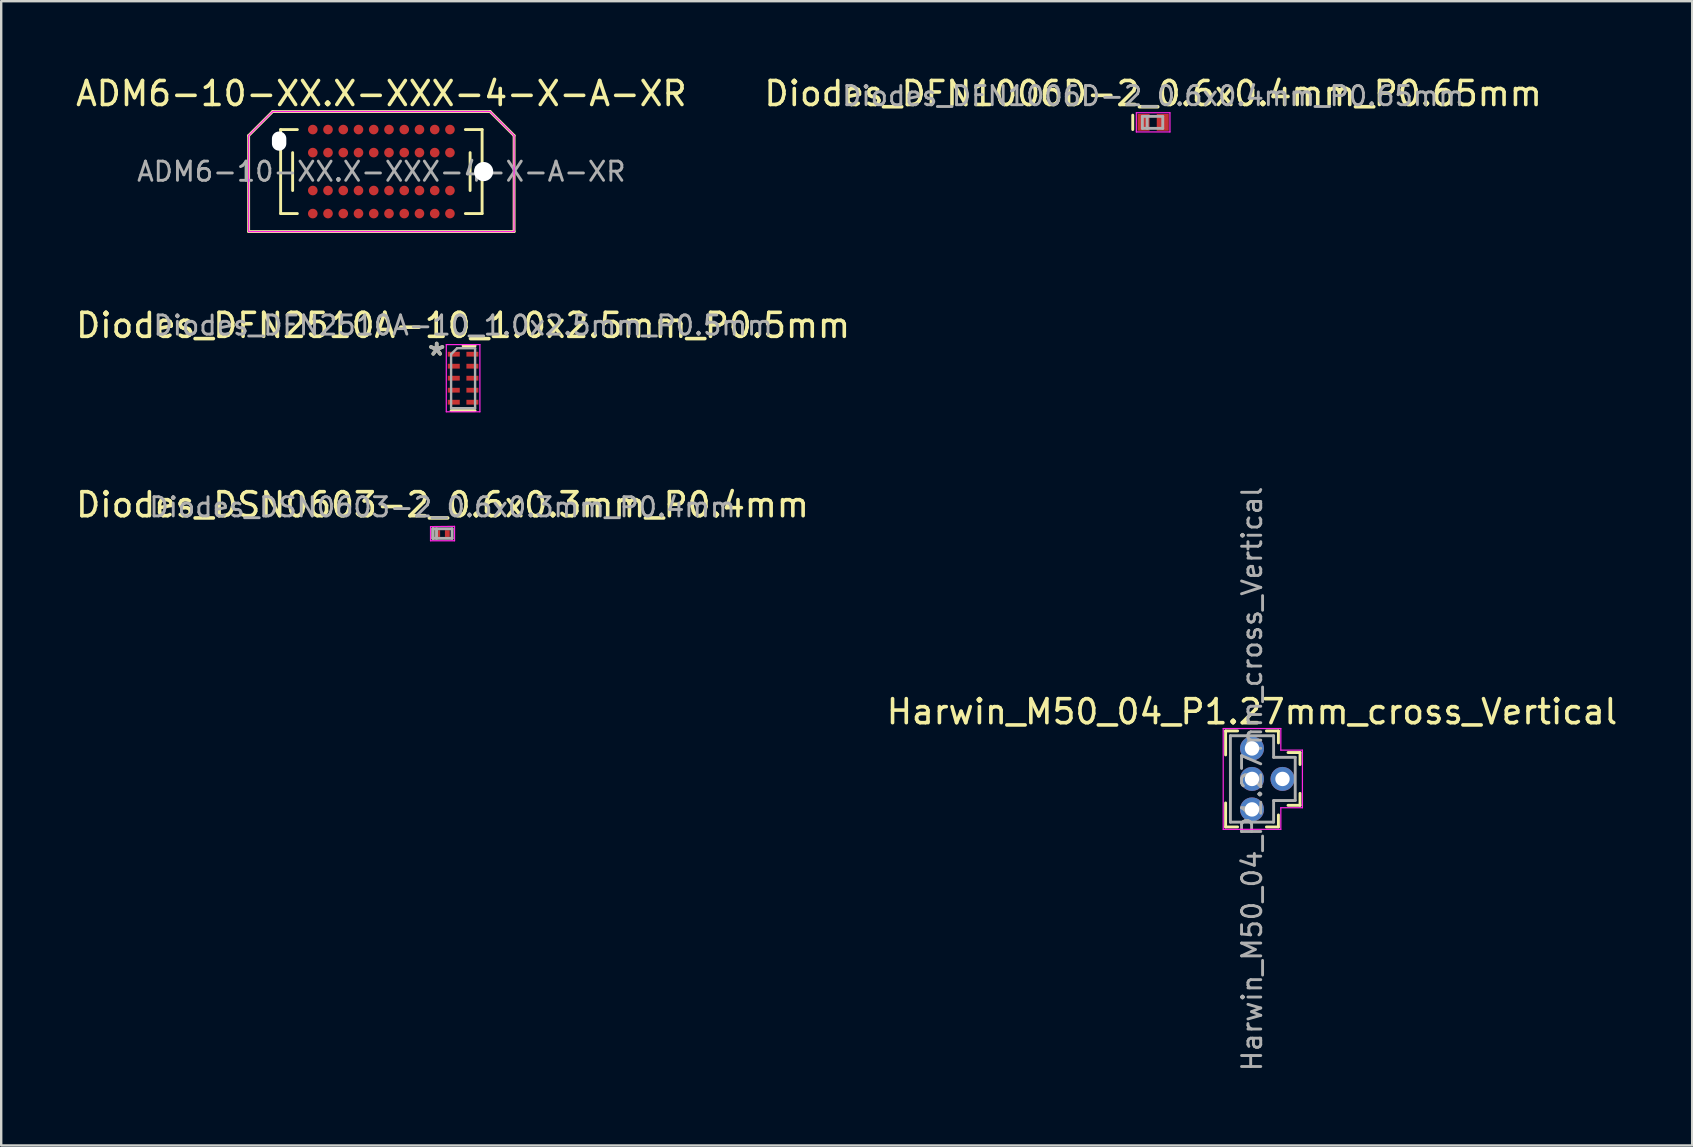
<source format=kicad_pcb>
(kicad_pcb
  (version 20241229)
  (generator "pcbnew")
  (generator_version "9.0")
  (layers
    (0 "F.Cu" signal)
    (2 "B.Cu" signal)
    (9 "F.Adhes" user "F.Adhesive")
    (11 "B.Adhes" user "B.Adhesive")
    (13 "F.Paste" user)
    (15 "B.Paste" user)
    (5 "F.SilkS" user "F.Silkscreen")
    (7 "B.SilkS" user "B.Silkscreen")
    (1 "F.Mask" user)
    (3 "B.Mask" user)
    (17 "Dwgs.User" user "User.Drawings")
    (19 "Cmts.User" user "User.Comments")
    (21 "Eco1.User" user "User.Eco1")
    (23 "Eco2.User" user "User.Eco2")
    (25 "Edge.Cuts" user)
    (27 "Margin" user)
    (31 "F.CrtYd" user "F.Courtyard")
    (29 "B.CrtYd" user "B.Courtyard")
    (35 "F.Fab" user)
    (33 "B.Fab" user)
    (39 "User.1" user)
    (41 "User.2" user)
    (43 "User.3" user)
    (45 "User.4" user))
  (footprint "Diodes_DSN0603-2_0.6x0.3mm_P0.4mm"
    (layer "F.Cu")
    (at 15.387 19.18)
    (property "Reference" "Diodes_DSN0603-2_0.6x0.3mm_P0.4mm" (at 0 -1.2 0) (layer "F.SilkS") (effects (font (size 1 1) (thickness 0.15))))
    (attr smd)
    (fp_line (start -0.4 -0.2) (end -0.4 0.2) (stroke (width 0.12) (type solid)) (layer "F.SilkS"))
    (fp_line (start -0.5 -0.29) (end -0.5 0.3) (stroke (width 0.05) (type solid)) (layer "F.CrtYd"))
    (fp_line (start -0.5 0.3) (end 0.5 0.3) (stroke (width 0.05) (type solid)) (layer "F.CrtYd"))
    (fp_line (start 0.5 -0.3) (end -0.5 -0.29) (stroke (width 0.05) (type solid)) (layer "F.CrtYd"))
    (fp_line (start 0.5 0.3) (end 0.5 -0.3) (stroke (width 0.05) (type solid)) (layer "F.CrtYd"))
    (fp_line (start -0.4 -0.2) (end 0.4 -0.2) (stroke (width 0.12) (type solid)) (layer "F.Fab"))
    (fp_line (start -0.4 0.2) (end -0.4 -0.2) (stroke (width 0.12) (type solid)) (layer "F.Fab"))
    (fp_line (start -0.25 0.2) (end -0.25 -0.2) (stroke (width 0.12) (type solid)) (layer "F.Fab"))
    (fp_line (start 0.4 -0.2) (end 0.4 0.2) (stroke (width 0.12) (type solid)) (layer "F.Fab"))
    (fp_line (start 0.4 0.2) (end -0.4 0.2) (stroke (width 0.12) (type solid)) (layer "F.Fab"))
    (fp_text user "${REFERENCE}" (at 0 -1.1 0) (layer "F.Fab") (effects (font (size 0.8 0.8) (thickness 0.12))))
    (pad "1" smd rect (at -0.2 0) (size 0.2 0.28) (layers "F.Cu" "F.Mask" "F.Paste"))
    (pad "2" smd rect (at 0.2 0) (size 0.2 0.28) (layers "F.Cu" "F.Mask" "F.Paste")))
  (footprint "ADM6-10-XX.X-XXX-4-X-A-XR"
    (layer "F.Cu")
    (at 12.839 4.098)
    (property "Reference" "ADM6-10-XX.X-XXX-4-X-A-XR" (at 0 -3.25 0) (layer "F.SilkS") (effects (font (size 1 1) (thickness 0.15))))
    (attr smd)
    (fp_line (start -5.53 -1.5) (end -5.53 2.5) (stroke (width 0.12) (type solid)) (layer "F.SilkS"))
    (fp_line (start -5.53 2.5) (end 5.53 2.5) (stroke (width 0.12) (type solid)) (layer "F.SilkS"))
    (fp_line (start -4.53 -2.5) (end -5.53 -1.5) (stroke (width 0.12) (type solid)) (layer "F.SilkS"))
    (fp_line (start -4.53 -2.5) (end 4.53 -2.5) (stroke (width 0.12) (type solid)) (layer "F.SilkS"))
    (fp_line (start -4.197 -1.75) (end -4.197 1.75) (stroke (width 0.12) (type solid)) (layer "F.SilkS"))
    (fp_line (start -4.197 -1.75) (end -3.5 -1.75) (stroke (width 0.12) (type solid)) (layer "F.SilkS"))
    (fp_line (start -4.197 1.75) (end -3.5 1.75) (stroke (width 0.12) (type solid)) (layer "F.SilkS"))
    (fp_line (start -3.697 -0.79) (end -3.697 0.79) (stroke (width 0.12) (type solid)) (layer "F.SilkS"))
    (fp_line (start 3.697 0.79) (end 3.697 -0.79) (stroke (width 0.12) (type solid)) (layer "F.SilkS"))
    (fp_line (start 4.197 -1.75) (end 3.5 -1.75) (stroke (width 0.12) (type solid)) (layer "F.SilkS"))
    (fp_line (start 4.197 1.75) (end 3.5 1.75) (stroke (width 0.12) (type solid)) (layer "F.SilkS"))
    (fp_line (start 4.197 1.75) (end 4.197 -1.75) (stroke (width 0.12) (type solid)) (layer "F.SilkS"))
    (fp_line (start 4.53 -2.5) (end 5.53 -1.5) (stroke (width 0.12) (type solid)) (layer "F.SilkS"))
    (fp_line (start 5.53 -1.5) (end 5.53 2.5) (stroke (width 0.12) (type solid)) (layer "F.SilkS"))
    (fp_line (start -5.53 -1.5) (end -4.53 -2.5) (stroke (width 0.05) (type solid)) (layer "F.CrtYd"))
    (fp_line (start -5.53 2.5) (end -5.53 -1.5) (stroke (width 0.05) (type solid)) (layer "F.CrtYd"))
    (fp_line (start -4.53 -2.5) (end 4.53 -2.5) (stroke (width 0.05) (type solid)) (layer "F.CrtYd"))
    (fp_line (start 4.53 -2.5) (end 5.53 -1.5) (stroke (width 0.05) (type solid)) (layer "F.CrtYd"))
    (fp_line (start 5.53 -1.5) (end 5.53 2.5) (stroke (width 0.05) (type solid)) (layer "F.CrtYd"))
    (fp_line (start 5.53 2.5) (end -5.53 2.5) (stroke (width 0.05) (type solid)) (layer "F.CrtYd"))
    (fp_text user "${REFERENCE}" (at 0 0 0) (layer "F.Fab") (effects (font (size 0.8 0.8) (thickness 0.12))))
    (pad "" np_thru_hole oval (at -4.26 -1.27) (size 0.6 0.8) (drill oval 0.6 0.8) (layers "*.Cu" "*.Mask"))
    (pad "" np_thru_hole circle (at 4.26 0) (size 0.8 0.8) (drill 0.8) (layers "*.Cu" "*.Mask"))
    (pad "A01" smd circle (at 2.857 -1.75) (size 0.4 0.4) (layers "F.Cu" "F.Mask" "F.Paste"))
    (pad "A02" smd circle (at 2.223 -1.75) (size 0.4 0.4) (layers "F.Cu" "F.Mask" "F.Paste"))
    (pad "A03" smd circle (at 1.587 -1.75) (size 0.4 0.4) (layers "F.Cu" "F.Mask" "F.Paste"))
    (pad "A04" smd circle (at 0.953 -1.75) (size 0.4 0.4) (layers "F.Cu" "F.Mask" "F.Paste"))
    (pad "A05" smd circle (at 0.318 -1.75) (size 0.4 0.4) (layers "F.Cu" "F.Mask" "F.Paste"))
    (pad "A06" smd circle (at -0.318 -1.75) (size 0.4 0.4) (layers "F.Cu" "F.Mask" "F.Paste"))
    (pad "A07" smd circle (at -0.953 -1.75) (size 0.4 0.4) (layers "F.Cu" "F.Mask" "F.Paste"))
    (pad "A08" smd circle (at -1.587 -1.75) (size 0.4 0.4) (layers "F.Cu" "F.Mask" "F.Paste"))
    (pad "A09" smd circle (at -2.223 -1.75) (size 0.4 0.4) (layers "F.Cu" "F.Mask" "F.Paste"))
    (pad "A10" smd circle (at -2.857 -1.75) (size 0.4 0.4) (layers "F.Cu" "F.Mask" "F.Paste"))
    (pad "B01" smd circle (at 2.857 -0.79) (size 0.4 0.4) (layers "F.Cu" "F.Mask" "F.Paste"))
    (pad "B02" smd circle (at 2.223 -0.79) (size 0.4 0.4) (layers "F.Cu" "F.Mask" "F.Paste"))
    (pad "B03" smd circle (at 1.587 -0.79) (size 0.4 0.4) (layers "F.Cu" "F.Mask" "F.Paste"))
    (pad "B04" smd circle (at 0.953 -0.79) (size 0.4 0.4) (layers "F.Cu" "F.Mask" "F.Paste"))
    (pad "B05" smd circle (at 0.318 -0.79) (size 0.4 0.4) (layers "F.Cu" "F.Mask" "F.Paste"))
    (pad "B06" smd circle (at -0.318 -0.79) (size 0.4 0.4) (layers "F.Cu" "F.Mask" "F.Paste"))
    (pad "B07" smd circle (at -0.953 -0.79) (size 0.4 0.4) (layers "F.Cu" "F.Mask" "F.Paste"))
    (pad "B08" smd circle (at -1.587 -0.79) (size 0.4 0.4) (layers "F.Cu" "F.Mask" "F.Paste"))
    (pad "B09" smd circle (at -2.223 -0.79) (size 0.4 0.4) (layers "F.Cu" "F.Mask" "F.Paste"))
    (pad "B10" smd circle (at -2.857 -0.79) (size 0.4 0.4) (layers "F.Cu" "F.Mask" "F.Paste"))
    (pad "C01" smd circle (at 2.857 0.79) (size 0.4 0.4) (layers "F.Cu" "F.Mask" "F.Paste"))
    (pad "C02" smd circle (at 2.223 0.79) (size 0.4 0.4) (layers "F.Cu" "F.Mask" "F.Paste"))
    (pad "C03" smd circle (at 1.587 0.79) (size 0.4 0.4) (layers "F.Cu" "F.Mask" "F.Paste"))
    (pad "C04" smd circle (at 0.953 0.79) (size 0.4 0.4) (layers "F.Cu" "F.Mask" "F.Paste"))
    (pad "C05" smd circle (at 0.318 0.79) (size 0.4 0.4) (layers "F.Cu" "F.Mask" "F.Paste"))
    (pad "C06" smd circle (at -0.318 0.79) (size 0.4 0.4) (layers "F.Cu" "F.Mask" "F.Paste"))
    (pad "C07" smd circle (at -0.953 0.79) (size 0.4 0.4) (layers "F.Cu" "F.Mask" "F.Paste"))
    (pad "C08" smd circle (at -1.587 0.79) (size 0.4 0.4) (layers "F.Cu" "F.Mask" "F.Paste"))
    (pad "C09" smd circle (at -2.223 0.79) (size 0.4 0.4) (layers "F.Cu" "F.Mask" "F.Paste"))
    (pad "C10" smd circle (at -2.857 0.79) (size 0.4 0.4) (layers "F.Cu" "F.Mask" "F.Paste"))
    (pad "D01" smd circle (at 2.857 1.75) (size 0.4 0.4) (layers "F.Cu" "F.Mask" "F.Paste"))
    (pad "D02" smd circle (at 2.223 1.75) (size 0.4 0.4) (layers "F.Cu" "F.Mask" "F.Paste"))
    (pad "D03" smd circle (at 1.587 1.75) (size 0.4 0.4) (layers "F.Cu" "F.Mask" "F.Paste"))
    (pad "D04" smd circle (at 0.953 1.75) (size 0.4 0.4) (layers "F.Cu" "F.Mask" "F.Paste"))
    (pad "D05" smd circle (at 0.318 1.75) (size 0.4 0.4) (layers "F.Cu" "F.Mask" "F.Paste"))
    (pad "D06" smd circle (at -0.318 1.75) (size 0.4 0.4) (layers "F.Cu" "F.Mask" "F.Paste"))
    (pad "D07" smd circle (at -0.953 1.75) (size 0.4 0.4) (layers "F.Cu" "F.Mask" "F.Paste"))
    (pad "D08" smd circle (at -1.587 1.75) (size 0.4 0.4) (layers "F.Cu" "F.Mask" "F.Paste"))
    (pad "D09" smd circle (at -2.223 1.75) (size 0.4 0.4) (layers "F.Cu" "F.Mask" "F.Paste"))
    (pad "D10" smd circle (at -2.857 1.75) (size 0.4 0.4) (layers "F.Cu" "F.Mask" "F.Paste")))
  (footprint "Harwin_M50_04_P1.27mm_cross_Vertical"
    (layer "F.Cu")
    (at 49.113 29.403)
    (property "Reference" "Harwin_M50_04_P1.27mm_cross_Vertical" (at 0 -2.8 0) (layer "F.SilkS") (effects (font (size 1 1) (thickness 0.15))))
    (attr through_hole)
    (fp_line (start -1.1 -2) (end -0.6 -2) (stroke (width 0.12) (type solid)) (layer "F.SilkS"))
    (fp_line (start -1.1 -1) (end -1.1 -2) (stroke (width 0.12) (type solid)) (layer "F.SilkS"))
    (fp_line (start -1.1 1) (end -1.1 2) (stroke (width 0.12) (type solid)) (layer "F.SilkS"))
    (fp_line (start -1.1 2) (end -0.6 2) (stroke (width 0.12) (type solid)) (layer "F.SilkS"))
    (fp_line (start 0.6 -2) (end 1.1 -2) (stroke (width 0.12) (type solid)) (layer "F.SilkS"))
    (fp_line (start 0.6 2) (end 1.1 2) (stroke (width 0.12) (type solid)) (layer "F.SilkS"))
    (fp_line (start 1.1 -2) (end 1.1 -1.5) (stroke (width 0.12) (type solid)) (layer "F.SilkS"))
    (fp_line (start 1.1 2) (end 1.1 1.5) (stroke (width 0.12) (type solid)) (layer "F.SilkS"))
    (fp_line (start 1.5 -1.1) (end 2 -1.1) (stroke (width 0.12) (type solid)) (layer "F.SilkS"))
    (fp_line (start 1.5 1.1) (end 2 1.1) (stroke (width 0.12) (type solid)) (layer "F.SilkS"))
    (fp_line (start 2 -1.1) (end 2 -0.6) (stroke (width 0.12) (type solid)) (layer "F.SilkS"))
    (fp_line (start 2 1.1) (end 2 0.6) (stroke (width 0.12) (type solid)) (layer "F.SilkS"))
    (fp_line (start -1.2 -2.1) (end -1.2 2.1) (stroke (width 0.05) (type solid)) (layer "F.CrtYd"))
    (fp_line (start -1.2 2.1) (end 1.2 2.1) (stroke (width 0.05) (type solid)) (layer "F.CrtYd"))
    (fp_line (start 1.2 -2.1) (end -1.2 -2.1) (stroke (width 0.05) (type solid)) (layer "F.CrtYd"))
    (fp_line (start 1.2 -1.2) (end 1.2 -2.1) (stroke (width 0.05) (type solid)) (layer "F.CrtYd"))
    (fp_line (start 1.2 1.2) (end 2.1 1.2) (stroke (width 0.05) (type solid)) (layer "F.CrtYd"))
    (fp_line (start 1.2 2.1) (end 1.2 1.2) (stroke (width 0.05) (type solid)) (layer "F.CrtYd"))
    (fp_line (start 2.1 -1.2) (end 1.2 -1.2) (stroke (width 0.05) (type solid)) (layer "F.CrtYd"))
    (fp_line (start 2.1 1.2) (end 2.1 -1.2) (stroke (width 0.05) (type solid)) (layer "F.CrtYd"))
    (fp_line (start -0.9 -1.8) (end -0.9 1.8) (stroke (width 0.12) (type solid)) (layer "F.Fab"))
    (fp_line (start -0.9 1.8) (end 0.9 1.8) (stroke (width 0.12) (type solid)) (layer "F.Fab"))
    (fp_line (start 0.9 -1.8) (end -0.9 -1.8) (stroke (width 0.12) (type solid)) (layer "F.Fab"))
    (fp_line (start 0.9 -0.9) (end 0.9 -1.8) (stroke (width 0.12) (type solid)) (layer "F.Fab"))
    (fp_line (start 0.9 0.9) (end 1.8 0.9) (stroke (width 0.12) (type solid)) (layer "F.Fab"))
    (fp_line (start 0.9 1.8) (end 0.9 0.9) (stroke (width 0.12) (type solid)) (layer "F.Fab"))
    (fp_line (start 1.8 -0.9) (end 0.9 -0.9) (stroke (width 0.12) (type solid)) (layer "F.Fab"))
    (fp_line (start 1.8 0.9) (end 1.8 -0.9) (stroke (width 0.12) (type solid)) (layer "F.Fab"))
    (fp_text user "${REFERENCE}" (at 0 0 90) (layer "F.Fab") (effects (font (size 0.8 0.8) (thickness 0.12))))
    (pad "1" thru_hole circle (at 0 -1.27) (size 1 1) (drill 0.6) (layers "*.Cu" "*.Mask"))
    (pad "2" thru_hole circle (at 0 0) (size 1 1) (drill 0.6) (layers "*.Cu" "*.Mask"))
    (pad "3" thru_hole circle (at 0 1.27) (size 1 1) (drill 0.6) (layers "*.Cu" "*.Mask"))
    (pad "4" thru_hole circle (at 1.27 0) (size 1 1) (drill 0.6) (layers "*.Cu" "*.Mask")))
  (footprint "Diodes_DFN1006D-2_0.6x0.4mm_P0.65mm"
    (layer "F.Cu")
    (at 44.994 2.048)
    (property "Reference" "Diodes_DFN1006D-2_0.6x0.4mm_P0.65mm" (at 0 -1.2 0) (layer "F.SilkS") (effects (font (size 1 1) (thickness 0.15))))
    (attr through_hole)
    (fp_line (start -0.85 -0.3) (end -0.85 0.3) (stroke (width 0.12) (type solid)) (layer "F.SilkS"))
    (fp_line (start -0.7 -0.4) (end -0.7 0.4) (stroke (width 0.05) (type solid)) (layer "F.CrtYd"))
    (fp_line (start -0.7 0.4) (end 0.7 0.4) (stroke (width 0.05) (type solid)) (layer "F.CrtYd"))
    (fp_line (start 0.7 -0.4) (end -0.7 -0.4) (stroke (width 0.05) (type solid)) (layer "F.CrtYd"))
    (fp_line (start 0.7 0.4) (end 0.7 -0.4) (stroke (width 0.05) (type solid)) (layer "F.CrtYd"))
    (fp_line (start -0.45 -0.25) (end -0.45 0.25) (stroke (width 0.12) (type solid)) (layer "F.Fab"))
    (fp_line (start -0.45 0.25) (end 0.4 0.25) (stroke (width 0.12) (type solid)) (layer "F.Fab"))
    (fp_line (start -0.25 -0.25) (end -0.25 0.25) (stroke (width 0.12) (type solid)) (layer "F.Fab"))
    (fp_line (start 0.4 -0.25) (end -0.45 -0.25) (stroke (width 0.12) (type solid)) (layer "F.Fab"))
    (fp_line (start 0.4 0.25) (end 0.4 -0.25) (stroke (width 0.12) (type solid)) (layer "F.Fab"))
    (fp_text user "${REFERENCE}" (at 0 -1.1 0) (layer "F.Fab") (effects (font (size 0.8 0.8) (thickness 0.12))))
    (pad "1" smd rect (at -0.4 0) (size 0.5 0.7) (layers "F.Cu" "F.Mask" "F.Paste"))
    (pad "2" smd rect (at 0.4 0) (size 0.5 0.7) (layers "F.Cu" "F.Mask" "F.Paste")))
  (footprint "Diodes_DFN2510A-10_1.0x2.5mm_P0.5mm"
    (layer "F.Cu")
    (at 16.244 12.707)
    (property "Reference" "Diodes_DFN2510A-10_1.0x2.5mm_P0.5mm" (at 0 -2.2 0) (layer "F.SilkS") (effects (font (size 1 1) (thickness 0.15))))
    (attr smd)
    (fp_line (start 0.5 -1.35) (end 0 -1.35) (stroke (width 0.12) (type solid)) (layer "F.SilkS"))
    (fp_line (start 0.5 1.35) (end -0.5 1.35) (stroke (width 0.12) (type solid)) (layer "F.SilkS"))
    (fp_line (start -0.7 -1.4) (end 0.7 -1.4) (stroke (width 0.05) (type solid)) (layer "F.CrtYd"))
    (fp_line (start -0.7 1.4) (end -0.7 -1.4) (stroke (width 0.05) (type solid)) (layer "F.CrtYd"))
    (fp_line (start 0.7 -1.4) (end 0.7 1.4) (stroke (width 0.05) (type solid)) (layer "F.CrtYd"))
    (fp_line (start 0.7 1.4) (end -0.7 1.4) (stroke (width 0.05) (type solid)) (layer "F.CrtYd"))
    (fp_line (start -0.5 -1) (end -0.5 1.25) (stroke (width 0.1) (type solid)) (layer "F.Fab"))
    (fp_line (start -0.5 1.25) (end 0.5 1.25) (stroke (width 0.1) (type solid)) (layer "F.Fab"))
    (fp_line (start -0.25 -1.25) (end -0.5 -1) (stroke (width 0.1) (type solid)) (layer "F.Fab"))
    (fp_line (start 0.5 -1.25) (end -0.25 -1.25) (stroke (width 0.1) (type solid)) (layer "F.Fab"))
    (fp_line (start 0.5 -1.25) (end 0.5 1.25) (stroke (width 0.1) (type solid)) (layer "F.Fab"))
    (fp_text user "*" (at -1.1 -0.9 180) (layer "F.SilkS") (effects (font (size 1 1) (thickness 0.15))))
    (fp_text user "*" (at -1.1 -0.9 0) (layer "F.Fab") (effects (font (size 1 1) (thickness 0.15))))
    (fp_text user "${REFERENCE}" (at 0 -2.2 0) (layer "F.Fab") (effects (font (size 0.8 0.8) (thickness 0.12))))
    (pad "1" smd rect (at -0.388 -1 270) (size 0.2 0.5) (layers "F.Cu" "F.Mask" "F.Paste"))
    (pad "2" smd rect (at -0.388 -0.5 270) (size 0.2 0.5) (layers "F.Cu" "F.Mask" "F.Paste"))
    (pad "3" smd rect (at -0.388 0 270) (size 0.2 0.5) (layers "F.Cu" "F.Mask" "F.Paste"))
    (pad "4" smd rect (at -0.388 0.5 270) (size 0.2 0.5) (layers "F.Cu" "F.Mask" "F.Paste"))
    (pad "5" smd rect (at -0.388 1 270) (size 0.2 0.5) (layers "F.Cu" "F.Mask" "F.Paste"))
    (pad "6" smd rect (at 0.388 1 270) (size 0.2 0.5) (layers "F.Cu" "F.Mask" "F.Paste"))
    (pad "7" smd rect (at 0.388 0.5 270) (size 0.2 0.5) (layers "F.Cu" "F.Mask" "F.Paste"))
    (pad "8" smd rect (at 0.388 0 270) (size 0.2 0.5) (layers "F.Cu" "F.Mask" "F.Paste"))
    (pad "9" smd rect (at 0.388 -0.5 270) (size 0.2 0.5) (layers "F.Cu" "F.Mask" "F.Paste"))
    (pad "10" smd rect (at 0.388 -1 270) (size 0.2 0.5) (layers "F.Cu" "F.Mask" "F.Paste")))
  (gr_rect
    (start -3 -3)
    (end 67.452 44.674)
    (stroke (width 0.1) (type default))
    (fill no)
    (layer "Edge.Cuts")))
</source>
